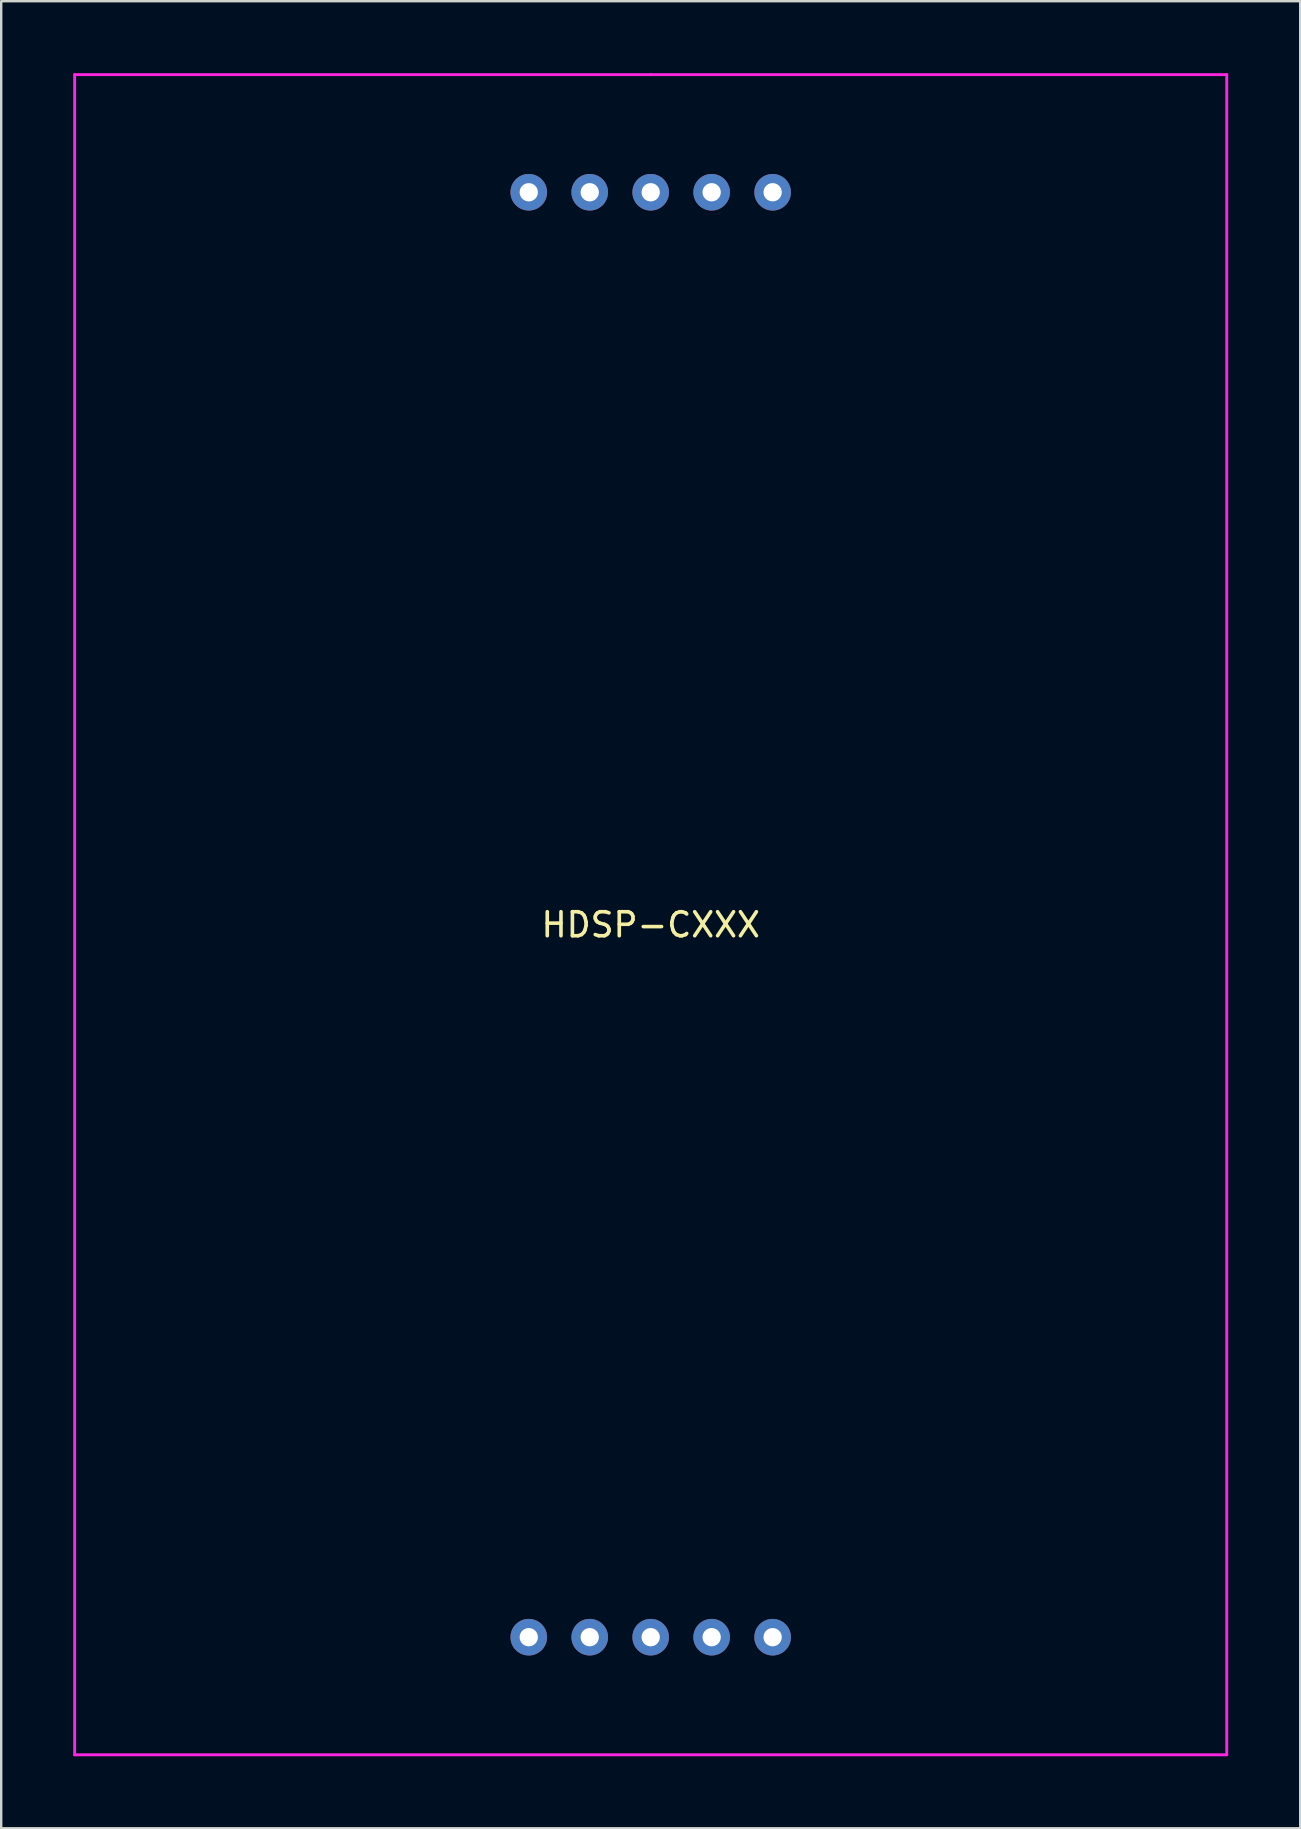
<source format=kicad_pcb>
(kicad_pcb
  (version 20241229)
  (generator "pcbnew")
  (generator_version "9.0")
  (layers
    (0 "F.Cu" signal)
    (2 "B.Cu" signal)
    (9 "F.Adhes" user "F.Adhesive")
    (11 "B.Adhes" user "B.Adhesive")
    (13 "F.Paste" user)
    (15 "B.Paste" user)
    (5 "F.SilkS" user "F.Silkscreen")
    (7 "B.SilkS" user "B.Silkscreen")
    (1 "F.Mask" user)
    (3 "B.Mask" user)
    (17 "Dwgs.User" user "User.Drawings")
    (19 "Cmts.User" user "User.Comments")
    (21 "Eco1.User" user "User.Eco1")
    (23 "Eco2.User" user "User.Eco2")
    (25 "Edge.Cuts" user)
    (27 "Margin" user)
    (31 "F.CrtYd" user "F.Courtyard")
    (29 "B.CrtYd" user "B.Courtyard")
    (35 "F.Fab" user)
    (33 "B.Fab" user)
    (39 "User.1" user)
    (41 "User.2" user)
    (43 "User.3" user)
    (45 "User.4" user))
  (footprint "HDSP-CXXX"
    (layer "F.Cu")
    (at 24.06 35.06)
    (property "Reference" "HDSP-CXXX" (at 0 0.42 0) (layer "F.SilkS") (effects (font (size 1 1) (thickness 0.15))))
    (attr through_hole)
    (fp_line (start -24 -35) (end 0 -35) (stroke (width 0.12) (type solid)) (layer "F.CrtYd"))
    (fp_line (start -24 35) (end -24 -35) (stroke (width 0.12) (type solid)) (layer "F.CrtYd"))
    (fp_line (start 0 -35) (end 24 -35) (stroke (width 0.12) (type solid)) (layer "F.CrtYd"))
    (fp_line (start 24 -35) (end 24 35) (stroke (width 0.12) (type solid)) (layer "F.CrtYd"))
    (fp_line (start 24 35) (end -24 35) (stroke (width 0.12) (type solid)) (layer "F.CrtYd"))
    (pad "1" thru_hole circle (at -5.08 30.1) (size 1.524 1.524) (drill 0.762) (layers "*.Cu" "*.Mask"))
    (pad "2" thru_hole circle (at -2.54 30.1) (size 1.524 1.524) (drill 0.762) (layers "*.Cu" "*.Mask"))
    (pad "3" thru_hole circle (at 0 30.1) (size 1.524 1.524) (drill 0.762) (layers "*.Cu" "*.Mask"))
    (pad "4" thru_hole circle (at 2.54 30.1) (size 1.524 1.524) (drill 0.762) (layers "*.Cu" "*.Mask"))
    (pad "5" thru_hole circle (at 5.08 30.1) (size 1.524 1.524) (drill 0.762) (layers "*.Cu" "*.Mask"))
    (pad "6" thru_hole circle (at 5.08 -30.1) (size 1.524 1.524) (drill 0.762) (layers "*.Cu" "*.Mask"))
    (pad "7" thru_hole circle (at 2.54 -30.1) (size 1.524 1.524) (drill 0.762) (layers "*.Cu" "*.Mask"))
    (pad "8" thru_hole circle (at 0 -30.1) (size 1.524 1.524) (drill 0.762) (layers "*.Cu" "*.Mask"))
    (pad "9" thru_hole circle (at -2.54 -30.1) (size 1.524 1.524) (drill 0.762) (layers "*.Cu" "*.Mask"))
    (pad "10" thru_hole circle (at -5.08 -30.1) (size 1.524 1.524) (drill 0.762) (layers "*.Cu" "*.Mask")))
  (gr_rect
    (start -3 -3)
    (end 51.12 73.12)
    (stroke (width 0.1) (type default))
    (fill no)
    (layer "Edge.Cuts")))
</source>
